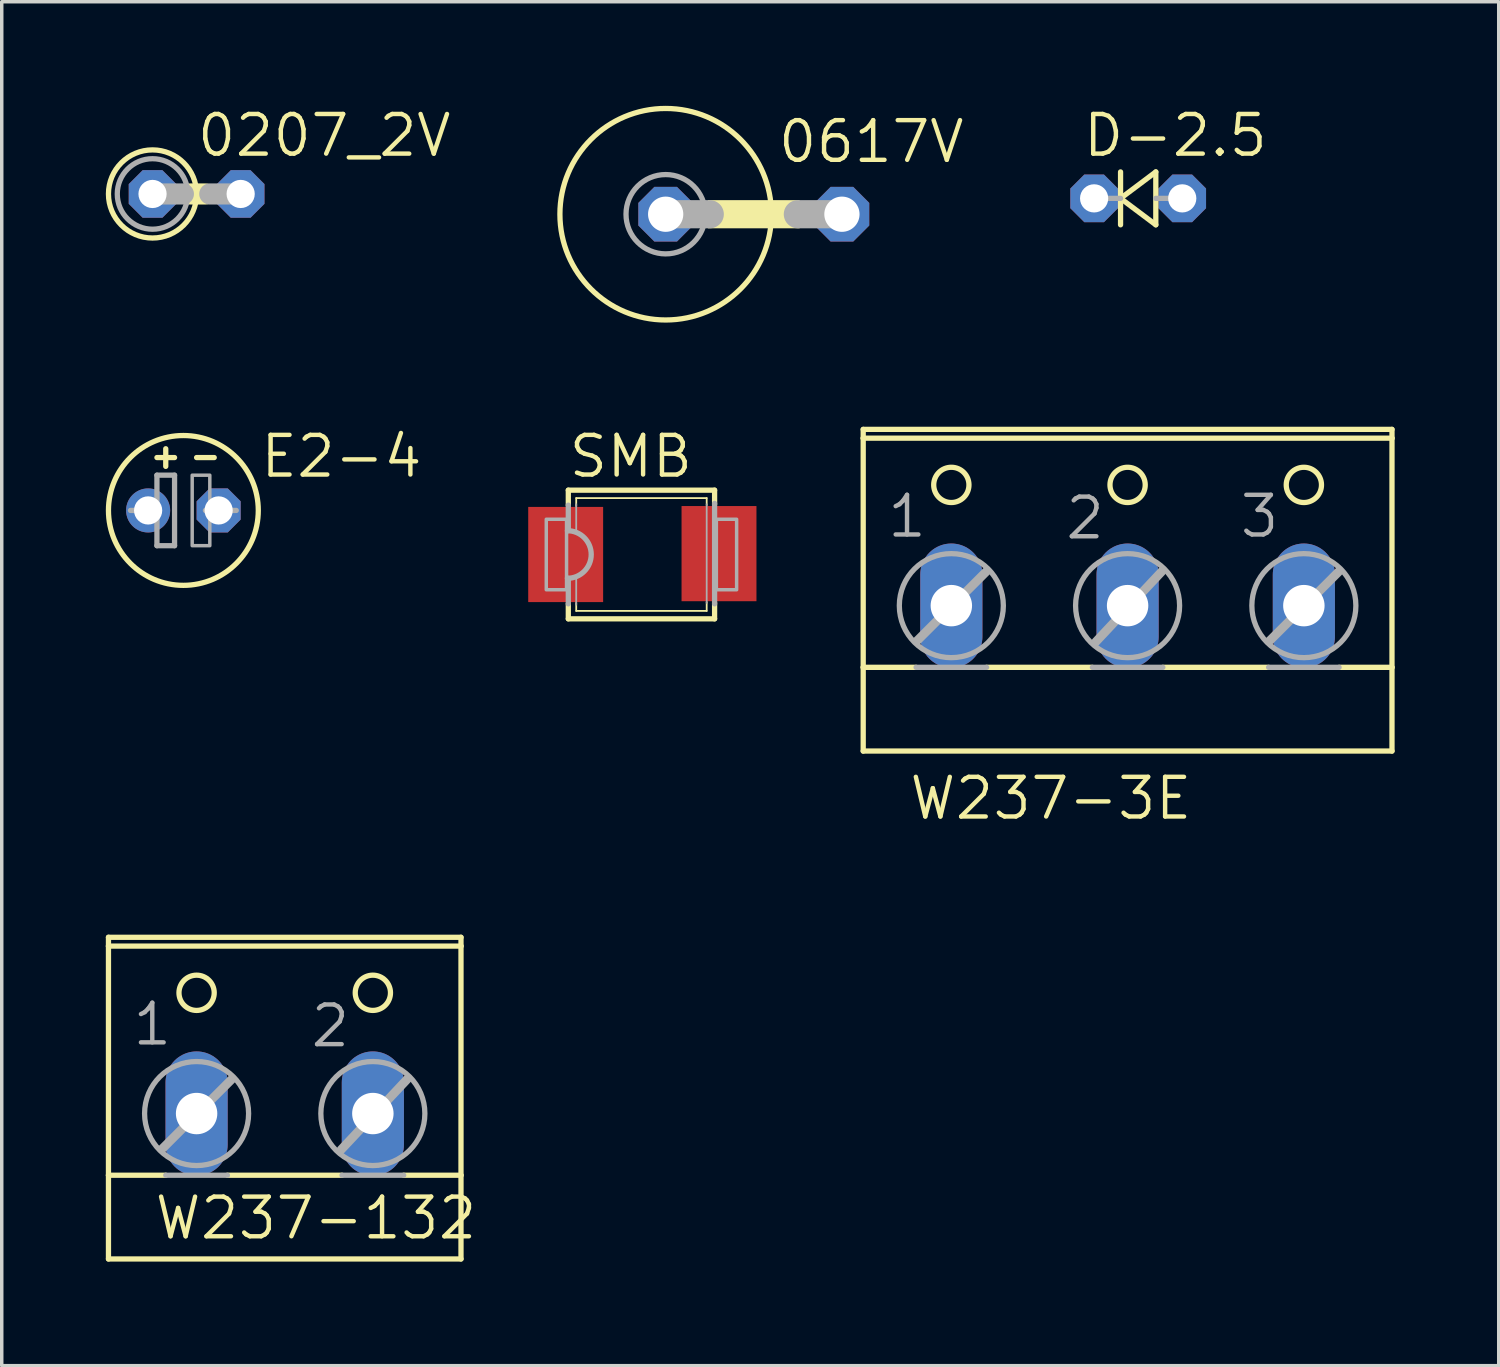
<source format=kicad_pcb>
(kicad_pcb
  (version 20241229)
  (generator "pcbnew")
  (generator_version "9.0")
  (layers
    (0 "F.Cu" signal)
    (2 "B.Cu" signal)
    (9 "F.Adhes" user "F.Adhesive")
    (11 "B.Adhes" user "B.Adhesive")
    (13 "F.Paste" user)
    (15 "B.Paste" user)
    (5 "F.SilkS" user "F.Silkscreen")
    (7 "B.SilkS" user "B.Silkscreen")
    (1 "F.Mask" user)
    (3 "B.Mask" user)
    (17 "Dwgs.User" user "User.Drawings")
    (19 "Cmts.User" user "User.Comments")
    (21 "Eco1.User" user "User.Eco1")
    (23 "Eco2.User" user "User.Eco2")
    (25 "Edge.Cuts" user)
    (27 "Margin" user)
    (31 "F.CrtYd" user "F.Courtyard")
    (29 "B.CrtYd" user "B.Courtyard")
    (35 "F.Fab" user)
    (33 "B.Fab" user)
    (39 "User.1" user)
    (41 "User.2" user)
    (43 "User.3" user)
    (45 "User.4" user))
  (footprint "W237-3E"
    (layer "F.Cu")
    (at 29.448 13.77)
    (property "Reference" "W237-3E" (at -6.35 6.858 0) (layer "F.SilkS") (effects (font (size 1.143 1.143) (thickness 0.127)) (justify left bottom)))
    (fp_line (start -7.62 -4.191) (end -7.62 -4.445) (stroke (width 0.152) (type solid)) (layer "F.SilkS"))
    (fp_line (start -7.62 -4.191) (end 7.62 -4.191) (stroke (width 0.152) (type solid)) (layer "F.SilkS"))
    (fp_line (start -7.62 2.413) (end -7.62 -4.191) (stroke (width 0.152) (type solid)) (layer "F.SilkS"))
    (fp_line (start -7.62 2.413) (end -6.096 2.413) (stroke (width 0.152) (type solid)) (layer "F.SilkS"))
    (fp_line (start -7.62 4.826) (end -7.62 2.413) (stroke (width 0.152) (type solid)) (layer "F.SilkS"))
    (fp_line (start -7.62 4.826) (end 7.62 4.826) (stroke (width 0.152) (type solid)) (layer "F.SilkS"))
    (fp_line (start -4.064 2.413) (end -1.016 2.413) (stroke (width 0.152) (type solid)) (layer "F.SilkS"))
    (fp_line (start 1.016 2.413) (end 4.064 2.413) (stroke (width 0.152) (type solid)) (layer "F.SilkS"))
    (fp_line (start 6.096 2.413) (end 7.62 2.413) (stroke (width 0.152) (type solid)) (layer "F.SilkS"))
    (fp_line (start 7.62 -4.445) (end -7.62 -4.445) (stroke (width 0.152) (type solid)) (layer "F.SilkS"))
    (fp_line (start 7.62 -4.445) (end 7.62 -4.191) (stroke (width 0.152) (type solid)) (layer "F.SilkS"))
    (fp_line (start 7.62 -4.191) (end 7.62 2.413) (stroke (width 0.152) (type solid)) (layer "F.SilkS"))
    (fp_line (start 7.62 2.413) (end 7.62 4.826) (stroke (width 0.152) (type solid)) (layer "F.SilkS"))
    (fp_circle (center -5.08 -2.845) (end -4.572 -2.845) (stroke (width 0.152) (type solid)) (fill no) (layer "F.SilkS"))
    (fp_circle (center 0 -2.845) (end 0.508 -2.845) (stroke (width 0.152) (type solid)) (fill no) (layer "F.SilkS"))
    (fp_circle (center 5.08 -2.845) (end 5.588 -2.845) (stroke (width 0.152) (type solid)) (fill no) (layer "F.SilkS"))
    (fp_line (start -6.096 2.413) (end -4.064 2.413) (stroke (width 0.152) (type solid)) (layer "F.Fab"))
    (fp_line (start -6.071 1.651) (end -4.064 -0.356) (stroke (width 0.254) (type solid)) (layer "F.Fab"))
    (fp_line (start -1.016 2.413) (end 1.016 2.413) (stroke (width 0.152) (type solid)) (layer "F.Fab"))
    (fp_line (start -0.914 1.676) (end 0.991 -0.356) (stroke (width 0.254) (type solid)) (layer "F.Fab"))
    (fp_line (start 4.064 2.413) (end 6.096 2.413) (stroke (width 0.152) (type solid)) (layer "F.Fab"))
    (fp_line (start 4.089 1.651) (end 6.096 -0.356) (stroke (width 0.254) (type solid)) (layer "F.Fab"))
    (fp_circle (center -5.08 0.635) (end -3.581 0.635) (stroke (width 0.152) (type solid)) (fill no) (layer "F.Fab"))
    (fp_circle (center 0 0.635) (end 1.499 0.635) (stroke (width 0.152) (type solid)) (fill no) (layer "F.Fab"))
    (fp_circle (center 5.08 0.635) (end 6.579 0.635) (stroke (width 0.152) (type solid)) (fill no) (layer "F.Fab"))
    (fp_text user "1" (at -6.985 -1.27 0) (layer "F.Fab") (effects (font (size 1.143 1.143) (thickness 0.127)) (justify left bottom)))
    (fp_text user "2" (at -1.854 -1.219 0) (layer "F.Fab") (effects (font (size 1.143 1.143) (thickness 0.127)) (justify left bottom)))
    (fp_text user "3" (at 3.175 -1.27 0) (layer "F.Fab") (effects (font (size 1.143 1.143) (thickness 0.127)) (justify left bottom)))
    (pad "1" thru_hole oval (at -5.08 0.635 90) (size 3.581 1.791) (drill 1.194) (layers "*.Cu" "*.Mask"))
    (pad "2" thru_hole oval (at 0 0.635 90) (size 3.581 1.791) (drill 1.194) (layers "*.Cu" "*.Mask"))
    (pad "3" thru_hole oval (at 5.08 0.635 90) (size 3.581 1.791) (drill 1.194) (layers "*.Cu" "*.Mask")))
  (footprint "W237-132"
    (layer "F.Cu")
    (at 5.156 28.408)
    (property "Reference" "W237-132" (at -3.81 4.318 0) (layer "F.SilkS") (effects (font (size 1.143 1.143) (thickness 0.127)) (justify left bottom)))
    (fp_line (start -5.08 -4.445) (end 5.08 -4.445) (stroke (width 0.152) (type solid)) (layer "F.SilkS"))
    (fp_line (start -5.08 -4.191) (end -5.08 -4.445) (stroke (width 0.152) (type solid)) (layer "F.SilkS"))
    (fp_line (start -5.08 -4.191) (end -5.08 2.413) (stroke (width 0.152) (type solid)) (layer "F.SilkS"))
    (fp_line (start -5.08 -4.191) (end 5.08 -4.191) (stroke (width 0.152) (type solid)) (layer "F.SilkS"))
    (fp_line (start -5.08 2.413) (end -5.08 4.826) (stroke (width 0.152) (type solid)) (layer "F.SilkS"))
    (fp_line (start -5.08 2.413) (end -3.429 2.413) (stroke (width 0.152) (type solid)) (layer "F.SilkS"))
    (fp_line (start -1.651 2.413) (end 1.651 2.413) (stroke (width 0.152) (type solid)) (layer "F.SilkS"))
    (fp_line (start 3.429 2.413) (end 5.08 2.413) (stroke (width 0.152) (type solid)) (layer "F.SilkS"))
    (fp_line (start 5.08 -4.191) (end 5.08 -4.445) (stroke (width 0.152) (type solid)) (layer "F.SilkS"))
    (fp_line (start 5.08 2.413) (end 5.08 -4.191) (stroke (width 0.152) (type solid)) (layer "F.SilkS"))
    (fp_line (start 5.08 4.826) (end -5.08 4.826) (stroke (width 0.152) (type solid)) (layer "F.SilkS"))
    (fp_line (start 5.08 4.826) (end 5.08 2.413) (stroke (width 0.152) (type solid)) (layer "F.SilkS"))
    (fp_circle (center -2.54 -2.845) (end -2.032 -2.845) (stroke (width 0.152) (type solid)) (fill no) (layer "F.SilkS"))
    (fp_circle (center 2.54 -2.845) (end 3.048 -2.845) (stroke (width 0.152) (type solid)) (fill no) (layer "F.SilkS"))
    (fp_line (start -3.531 1.651) (end -1.524 -0.356) (stroke (width 0.254) (type solid)) (layer "F.Fab"))
    (fp_line (start -3.429 2.413) (end -1.651 2.413) (stroke (width 0.152) (type solid)) (layer "F.Fab"))
    (fp_line (start 1.626 1.676) (end 3.531 -0.356) (stroke (width 0.254) (type solid)) (layer "F.Fab"))
    (fp_line (start 1.651 2.413) (end 3.429 2.413) (stroke (width 0.152) (type solid)) (layer "F.Fab"))
    (fp_circle (center -2.54 0.635) (end -1.041 0.635) (stroke (width 0.152) (type solid)) (fill no) (layer "F.Fab"))
    (fp_circle (center 2.54 0.635) (end 4.039 0.635) (stroke (width 0.152) (type solid)) (fill no) (layer "F.Fab"))
    (fp_text user "1" (at -4.445 -1.27 0) (layer "F.Fab") (effects (font (size 1.143 1.143) (thickness 0.127)) (justify left bottom)))
    (fp_text user "2" (at 0.686 -1.219 0) (layer "F.Fab") (effects (font (size 1.143 1.143) (thickness 0.127)) (justify left bottom)))
    (pad "1" thru_hole oval (at -2.54 0.635 90) (size 3.581 1.791) (drill 1.194) (layers "*.Cu" "*.Mask"))
    (pad "2" thru_hole oval (at 2.54 0.635 90) (size 3.581 1.791) (drill 1.194) (layers "*.Cu" "*.Mask")))
  (footprint "D-2.5"
    (layer "F.Cu")
    (at 29.753 2.667)
    (property "Reference" "D-2.5" (at -1.651 -1.143 0) (layer "F.SilkS") (effects (font (size 1.143 1.143) (thickness 0.127)) (justify left bottom)))
    (fp_line (start -0.508 -0.762) (end -0.508 0) (stroke (width 0.152) (type solid)) (layer "F.SilkS"))
    (fp_line (start -0.508 0) (end -0.508 0.762) (stroke (width 0.152) (type solid)) (layer "F.SilkS"))
    (fp_line (start -0.508 0) (end 0.508 0.762) (stroke (width 0.152) (type solid)) (layer "F.SilkS"))
    (fp_line (start 0.508 -0.762) (end -0.508 0) (stroke (width 0.152) (type solid)) (layer "F.SilkS"))
    (fp_line (start 0.508 0.762) (end 0.508 -0.762) (stroke (width 0.152) (type solid)) (layer "F.SilkS"))
    (fp_line (start -0.508 0) (end -1.27 0) (stroke (width 0.152) (type solid)) (layer "F.Fab"))
    (fp_line (start 1.27 0) (end 0.508 0) (stroke (width 0.152) (type solid)) (layer "F.Fab"))
    (pad "A" thru_hole roundrect (at 1.27 0) (size 1.372 1.372) (drill 0.813) (layers "*.Cu" "*.Mask") (roundrect_rratio 0.25) (chamfer_ratio 0.293) (chamfer top_left top_right bottom_left bottom_right))
    (pad "C" thru_hole roundrect (at -1.27 0) (size 1.372 1.372) (drill 0.813) (layers "*.Cu" "*.Mask") (roundrect_rratio 0.25) (chamfer_ratio 0.293) (chamfer top_left top_right bottom_left bottom_right)))
  (footprint "SMB"
    (layer "F.Cu")
    (at 15.564 12.804)
    (property "Reference" "SMB" (at -2.286 -2.032 0) (layer "F.SilkS") (effects (font (size 1.143 1.143) (thickness 0.127)) (justify left bottom)))
    (fp_line (start -2.235 -1.727) (end -2.235 -1.295) (stroke (width 0.152) (type solid)) (layer "F.SilkS"))
    (fp_line (start -2.235 -1.727) (end 1.981 -1.727) (stroke (width 0.152) (type solid)) (layer "F.SilkS"))
    (fp_line (start -2.235 1.981) (end -2.235 1.549) (stroke (width 0.152) (type solid)) (layer "F.SilkS"))
    (fp_line (start -2.007 -1.499) (end 1.753 -1.499) (stroke (width 0.051) (type solid)) (layer "F.SilkS"))
    (fp_line (start -2.007 -1.27) (end -2.007 -1.499) (stroke (width 0.051) (type solid)) (layer "F.SilkS"))
    (fp_line (start -2.007 1.753) (end -2.007 1.524) (stroke (width 0.051) (type solid)) (layer "F.SilkS"))
    (fp_line (start -2.007 1.753) (end 1.753 1.753) (stroke (width 0.051) (type solid)) (layer "F.SilkS"))
    (fp_line (start 1.753 -1.295) (end 1.753 -1.499) (stroke (width 0.051) (type solid)) (layer "F.SilkS"))
    (fp_line (start 1.753 1.499) (end 1.753 1.753) (stroke (width 0.051) (type solid)) (layer "F.SilkS"))
    (fp_line (start 1.981 -1.727) (end 1.981 -1.321) (stroke (width 0.152) (type solid)) (layer "F.SilkS"))
    (fp_line (start 1.981 1.981) (end -2.235 1.981) (stroke (width 0.152) (type solid)) (layer "F.SilkS"))
    (fp_line (start 1.981 1.981) (end 1.981 1.524) (stroke (width 0.152) (type solid)) (layer "F.SilkS"))
    (fp_line (start -2.235 -1.295) (end -2.235 -0.559) (stroke (width 0.152) (type solid)) (layer "F.Fab"))
    (fp_line (start -2.235 1.549) (end -2.235 0.813) (stroke (width 0.152) (type solid)) (layer "F.Fab"))
    (fp_line (start -2.007 -0.533) (end -2.007 -1.321) (stroke (width 0.051) (type solid)) (layer "F.Fab"))
    (fp_line (start -2.007 1.575) (end -2.007 0.787) (stroke (width 0.051) (type solid)) (layer "F.Fab"))
    (fp_line (start 1.753 -1.321) (end 1.753 1.524) (stroke (width 0.051) (type solid)) (layer "F.Fab"))
    (fp_line (start 1.981 -1.346) (end 1.981 1.549) (stroke (width 0.152) (type solid)) (layer "F.Fab"))
    (fp_arc (start -2.2606 -0.5588) (mid -1.5748 0.127) (end -2.2606 0.8128) (stroke (width 0.1524) (type solid)) (layer "F.Fab"))
    (fp_poly (pts (xy -2.87 1.143) (xy -2.286 1.143) (xy -2.286 -0.889) (xy -2.87 -0.889)) (stroke (width 0.1) (type default)) (fill no) (layer "F.Fab"))
    (fp_poly (pts (xy 2.032 1.143) (xy 2.616 1.143) (xy 2.616 -0.889) (xy 2.032 -0.889)) (stroke (width 0.1) (type default)) (fill no) (layer "F.Fab"))
    (pad "1" smd rect (at -2.311 0.127) (size 2.159 2.743) (layers "F.Cu" "F.Mask" "F.Paste"))
    (pad "2" smd rect (at 2.108 0.102) (size 2.159 2.743) (layers "F.Cu" "F.Mask" "F.Paste")))
  (footprint "0617V"
    (layer "F.Cu")
    (at 18.675 3.124)
    (property "Reference" "0617V" (at 0.635 -1.422 0) (layer "F.SilkS") (effects (font (size 1.143 1.143) (thickness 0.127)) (justify left bottom)))
    (fp_circle (center -2.54 0) (end 0.508 0) (stroke (width 0.152) (type solid)) (fill no) (layer "F.SilkS"))
    (fp_poly (pts (xy -1.321 0.406) (xy 1.321 0.406) (xy 1.321 -0.406) (xy -1.321 -0.406)) (stroke (width 0) (type default)) (fill yes) (layer "F.SilkS"))
    (fp_line (start -2.54 0) (end -1.27 0) (stroke (width 0.813) (type solid)) (layer "F.Fab"))
    (fp_line (start 1.27 0) (end 2.54 0) (stroke (width 0.813) (type solid)) (layer "F.Fab"))
    (fp_circle (center -2.54 0) (end -1.397 0) (stroke (width 0.152) (type solid)) (fill no) (layer "F.Fab"))
    (pad "1" thru_hole roundrect (at -2.54 0) (size 1.575 1.575) (drill 1.016) (layers "*.Cu" "*.Mask") (roundrect_rratio 0.25) (chamfer_ratio 0.293) (chamfer top_left top_right bottom_left bottom_right))
    (pad "2" thru_hole roundrect (at 2.54 0) (size 1.575 1.575) (drill 1.016) (layers "*.Cu" "*.Mask") (roundrect_rratio 0.25) (chamfer_ratio 0.293) (chamfer top_left top_right bottom_left bottom_right)))
  (footprint "E2-4"
    (layer "F.Cu")
    (at 2.235 11.661)
    (property "Reference" "E2-4" (at 2.159 -0.889 0) (layer "F.SilkS") (effects (font (size 1.143 1.143) (thickness 0.127)) (justify left bottom)))
    (fp_line (start -0.762 -1.524) (end -0.254 -1.524) (stroke (width 0.152) (type solid)) (layer "F.SilkS"))
    (fp_line (start -0.508 -1.27) (end -0.508 -1.778) (stroke (width 0.152) (type solid)) (layer "F.SilkS"))
    (fp_line (start 0.381 -1.524) (end 0.889 -1.524) (stroke (width 0.152) (type solid)) (layer "F.SilkS"))
    (fp_circle (center 0 0) (end 2.159 0) (stroke (width 0.152) (type solid)) (fill no) (layer "F.SilkS"))
    (fp_line (start -1.524 0) (end -0.762 0) (stroke (width 0.152) (type solid)) (layer "F.Fab"))
    (fp_line (start -0.762 -1.016) (end -0.762 0) (stroke (width 0.152) (type solid)) (layer "F.Fab"))
    (fp_line (start -0.762 0) (end -0.762 1.016) (stroke (width 0.152) (type solid)) (layer "F.Fab"))
    (fp_line (start -0.762 1.016) (end -0.254 1.016) (stroke (width 0.152) (type solid)) (layer "F.Fab"))
    (fp_line (start -0.254 -1.016) (end -0.762 -1.016) (stroke (width 0.152) (type solid)) (layer "F.Fab"))
    (fp_line (start -0.254 1.016) (end -0.254 -1.016) (stroke (width 0.152) (type solid)) (layer "F.Fab"))
    (fp_line (start 0.635 0) (end 1.524 0) (stroke (width 0.152) (type solid)) (layer "F.Fab"))
    (fp_poly (pts (xy 0.254 1.016) (xy 0.762 1.016) (xy 0.762 -1.016) (xy 0.254 -1.016)) (stroke (width 0.1) (type default)) (fill no) (layer "F.Fab"))
    (pad "+" thru_hole circle (at -1.016 0) (size 1.27 1.27) (drill 0.813) (layers "*.Cu" "*.Mask"))
    (pad "-" thru_hole roundrect (at 1.016 0) (size 1.27 1.27) (drill 0.813) (layers "*.Cu" "*.Mask") (roundrect_rratio 0.25) (chamfer_ratio 0.293) (chamfer top_left top_right bottom_left bottom_right)))
  (footprint "0207_2V"
    (layer "F.Cu")
    (at 2.616 2.54)
    (property "Reference" "0207_2V" (at -0.051 -1.016 0) (layer "F.SilkS") (effects (font (size 1.143 1.143) (thickness 0.127)) (justify left bottom)))
    (fp_line (start -0.254 0) (end 0.254 0) (stroke (width 0.61) (type solid)) (layer "F.SilkS"))
    (fp_circle (center -1.27 0) (end 0 0) (stroke (width 0.152) (type solid)) (fill no) (layer "F.SilkS"))
    (fp_line (start -1.27 0) (end -0.381 0) (stroke (width 0.61) (type solid)) (layer "F.Fab"))
    (fp_line (start 0.381 0) (end 1.27 0) (stroke (width 0.61) (type solid)) (layer "F.Fab"))
    (fp_circle (center -1.27 0) (end -0.254 0) (stroke (width 0.152) (type solid)) (fill no) (layer "F.Fab"))
    (pad "1" thru_hole roundrect (at -1.27 0) (size 1.372 1.372) (drill 0.813) (layers "*.Cu" "*.Mask") (roundrect_rratio 0.25) (chamfer_ratio 0.293) (chamfer top_left top_right bottom_left bottom_right))
    (pad "2" thru_hole roundrect (at 1.27 0) (size 1.372 1.372) (drill 0.813) (layers "*.Cu" "*.Mask") (roundrect_rratio 0.25) (chamfer_ratio 0.293) (chamfer top_left top_right bottom_left bottom_right)))
  (gr_rect
    (start -3 -3)
    (end 40.144 36.31)
    (stroke (width 0.1) (type default))
    (fill no)
    (layer "Edge.Cuts")))
</source>
